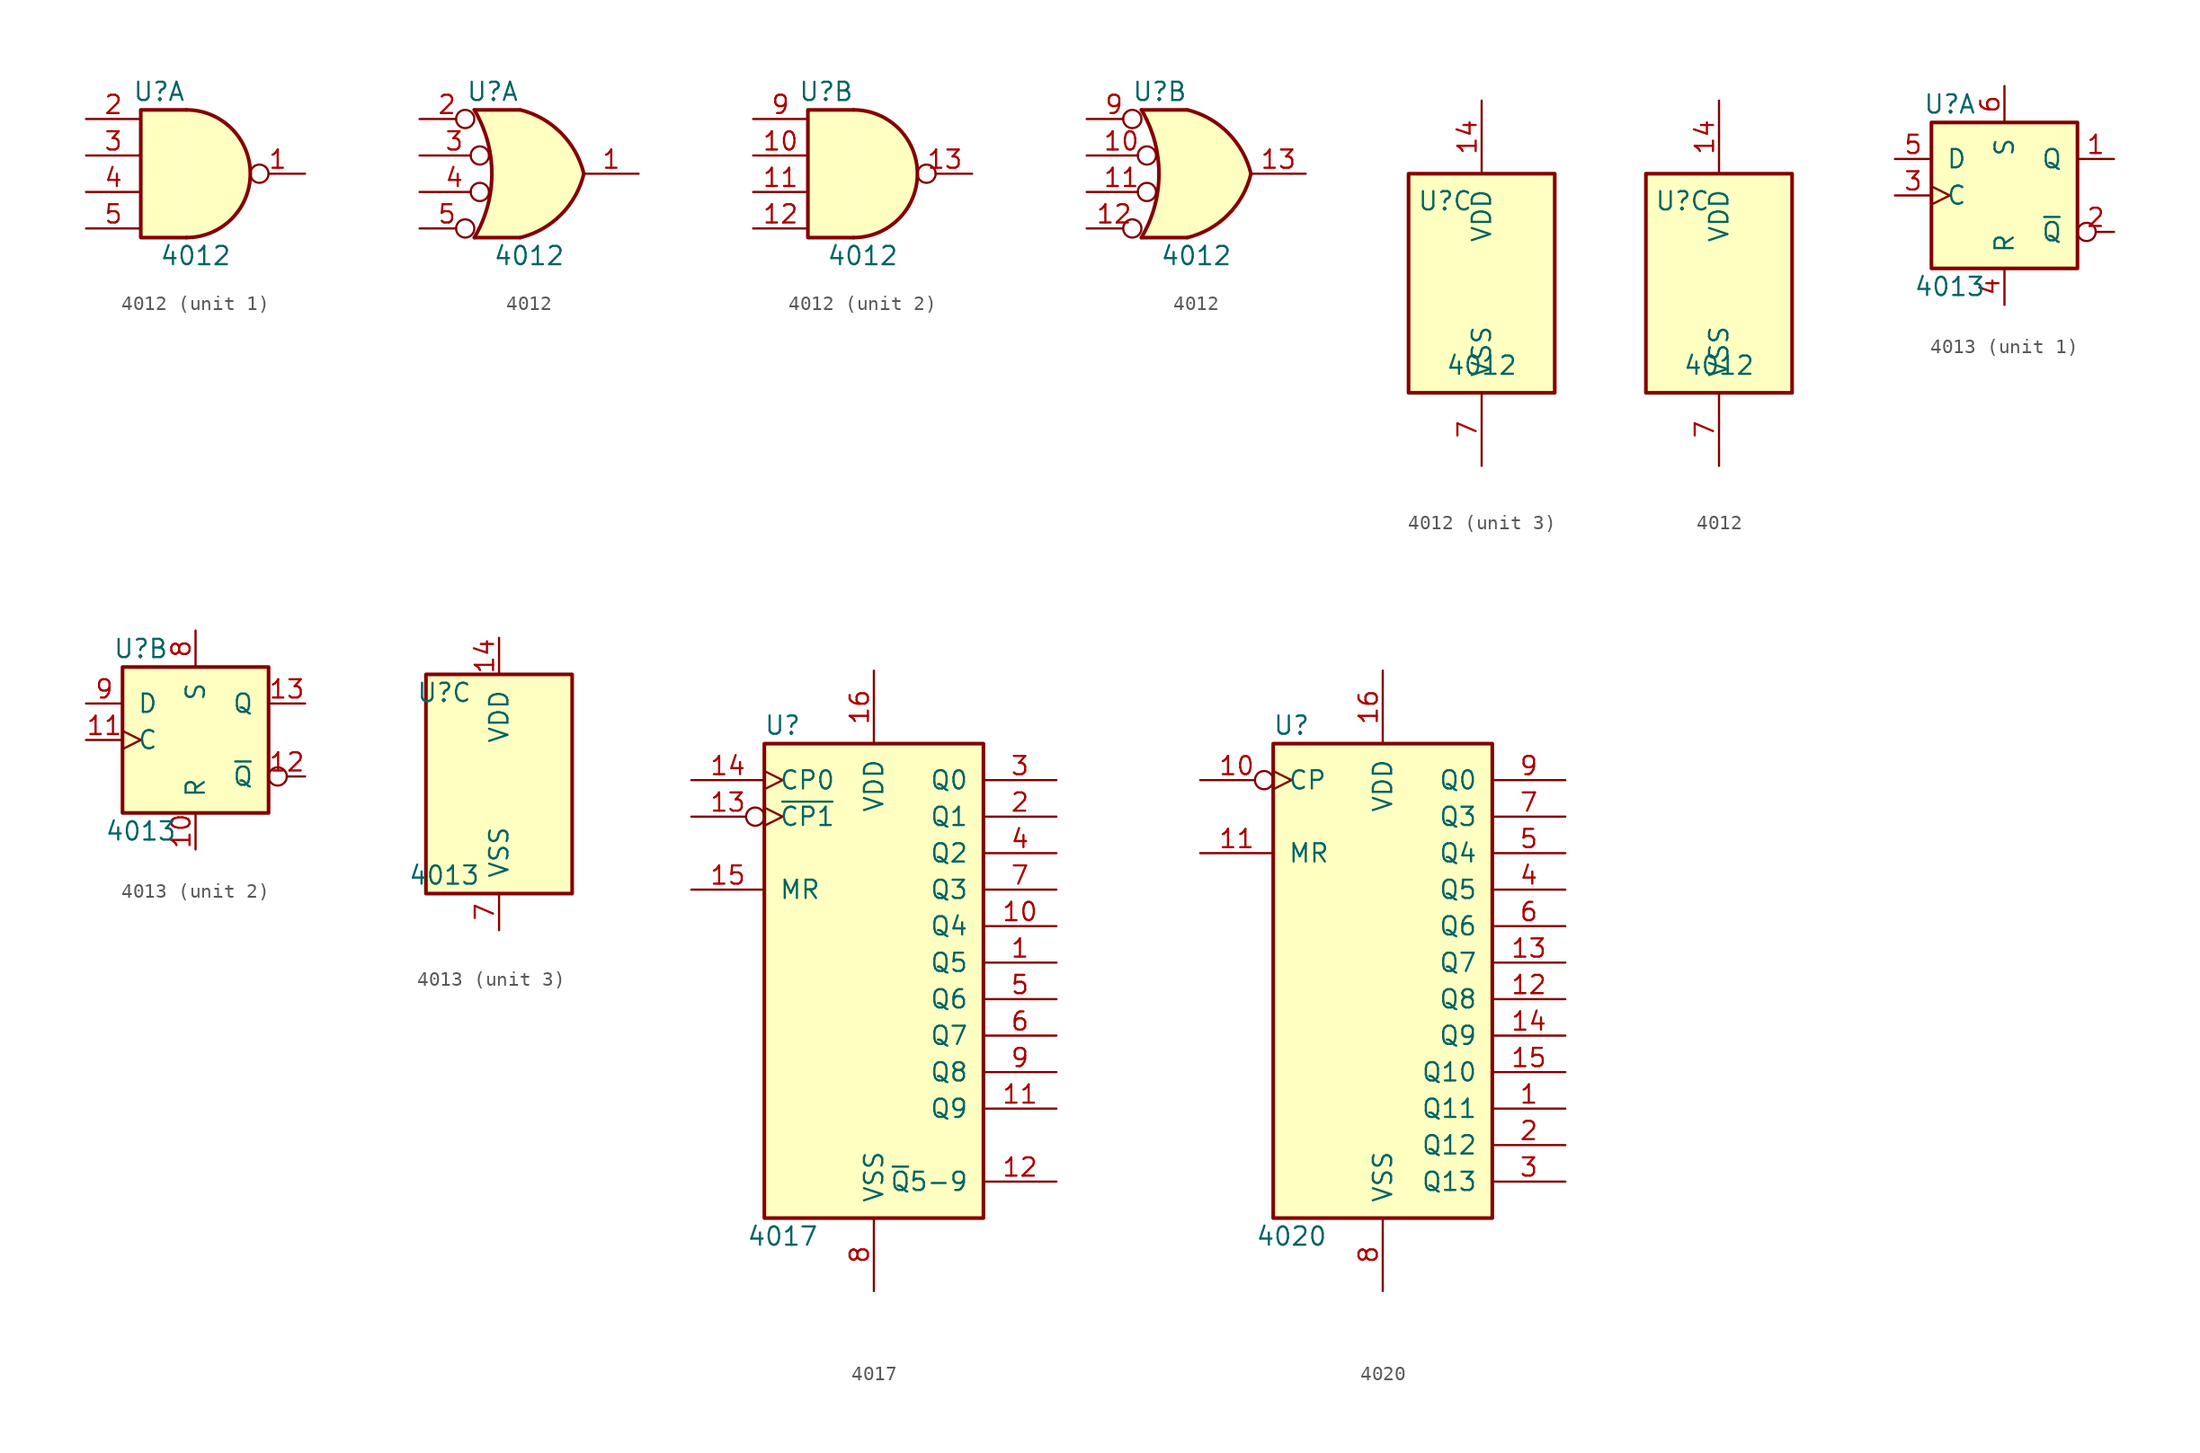
<source format=kicad_sym>
(kicad_symbol_lib
  (version 20211014)
  (generator kicad_symbol_editor)
  (symbol "4012"
    (pin_names
      (offset 1.016))
    (property "Reference" "U"
      (at -2.54 5.715 0)
      (effects (font (size 1.27 1.27))))
    (property "Value" "4012"
      (at 0 -5.715 0)
      (effects (font (size 1.27 1.27))))
    (property "ki_locked" ""
      (at 0 0 0)
      (effects (font (size 1.27 1.27))))
    (symbol "4012_1_1"
      (arc (start -0.635 -4.445) (mid 3.81 0) (end -0.635 4.445) (stroke (width 0.254) (type default) (color 0 0 0 0)) (fill (type background)))
      (polyline (pts (xy -0.635 4.445) (xy -3.81 4.445) (xy -3.81 -4.445) (xy -0.635 -4.445)) (stroke (width 0.254) (type default) (color 0 0 0 0)) (fill (type background)))
      (pin output inverted (at 7.62 0 180) (length 3.81) (name "~" (effects (font (size 1.27 1.27)))) (number "1" (effects (font (size 1.27 1.27)))))
      (pin input line (at -7.62 3.81 0) (length 3.81) (name "~" (effects (font (size 1.27 1.27)))) (number "2" (effects (font (size 1.27 1.27)))))
      (pin input line (at -7.62 1.27 0) (length 3.81) (name "~" (effects (font (size 1.27 1.27)))) (number "3" (effects (font (size 1.27 1.27)))))
      (pin input line (at -7.62 -1.27 0) (length 3.81) (name "~" (effects (font (size 1.27 1.27)))) (number "4" (effects (font (size 1.27 1.27)))))
      (pin input line (at -7.62 -3.81 0) (length 3.81) (name "~" (effects (font (size 1.27 1.27)))) (number "5" (effects (font (size 1.27 1.27))))))
    (symbol "4012_1_2"
      (arc (start -3.81 -4.445) (mid -2.5908 0) (end -3.81 4.445) (stroke (width 0.254) (type default) (color 0 0 0 0)) (fill (type none)))
      (arc (start -0.6096 -4.445) (mid 2.2246 -2.8422) (end 3.81 0) (stroke (width 0.254) (type default) (color 0 0 0 0)) (fill (type background)))
      (polyline (pts (xy -3.81 -4.445) (xy -0.635 -4.445)) (stroke (width 0.254) (type default) (color 0 0 0 0)) (fill (type background)))
      (polyline (pts (xy -3.81 4.445) (xy -0.635 4.445)) (stroke (width 0.254) (type default) (color 0 0 0 0)) (fill (type background)))
      (polyline (pts (xy -0.635 4.445) (xy -3.81 4.445) (xy -3.81 4.445) (xy -3.632 4.089) (xy -3.099 2.921) (xy -2.769 1.676) (xy -2.616 0.432) (xy -2.642 -0.864) (xy -2.87 -2.108) (xy -3.251 -3.327) (xy -3.81 -4.445) (xy -3.81 -4.445) (xy -0.635 -4.445)) (stroke (width -25.4) (type default) (color 0 0 0 0)) (fill (type background)))
      (arc (start 3.81 0) (mid 2.2204 2.8379) (end -0.6096 4.445) (stroke (width 0.254) (type default) (color 0 0 0 0)) (fill (type background)))
      (pin output line (at 7.62 0 180) (length 3.81) (name "~" (effects (font (size 1.27 1.27)))) (number "1" (effects (font (size 1.27 1.27)))))
      (pin input inverted (at -7.62 3.81 0) (length 3.81) (name "~" (effects (font (size 1.27 1.27)))) (number "2" (effects (font (size 1.27 1.27)))))
      (pin input inverted (at -7.62 1.27 0) (length 4.826) (name "~" (effects (font (size 1.27 1.27)))) (number "3" (effects (font (size 1.27 1.27)))))
      (pin input inverted (at -7.62 -1.27 0) (length 4.826) (name "~" (effects (font (size 1.27 1.27)))) (number "4" (effects (font (size 1.27 1.27)))))
      (pin input inverted (at -7.62 -3.81 0) (length 3.81) (name "~" (effects (font (size 1.27 1.27)))) (number "5" (effects (font (size 1.27 1.27))))))
    (symbol "4012_2_1"
      (arc (start -0.635 -4.445) (mid 3.81 0) (end -0.635 4.445) (stroke (width 0.254) (type default) (color 0 0 0 0)) (fill (type background)))
      (polyline (pts (xy -0.635 4.445) (xy -3.81 4.445) (xy -3.81 -4.445) (xy -0.635 -4.445)) (stroke (width 0.254) (type default) (color 0 0 0 0)) (fill (type background)))
      (pin input line (at -7.62 1.27 0) (length 3.81) (name "~" (effects (font (size 1.27 1.27)))) (number "10" (effects (font (size 1.27 1.27)))))
      (pin input line (at -7.62 -1.27 0) (length 3.81) (name "~" (effects (font (size 1.27 1.27)))) (number "11" (effects (font (size 1.27 1.27)))))
      (pin input line (at -7.62 -3.81 0) (length 3.81) (name "~" (effects (font (size 1.27 1.27)))) (number "12" (effects (font (size 1.27 1.27)))))
      (pin output inverted (at 7.62 0 180) (length 3.81) (name "~" (effects (font (size 1.27 1.27)))) (number "13" (effects (font (size 1.27 1.27)))))
      (pin input line (at -7.62 3.81 0) (length 3.81) (name "~" (effects (font (size 1.27 1.27)))) (number "9" (effects (font (size 1.27 1.27))))))
    (symbol "4012_2_2"
      (arc (start -3.81 -4.445) (mid -2.5908 0) (end -3.81 4.445) (stroke (width 0.254) (type default) (color 0 0 0 0)) (fill (type none)))
      (arc (start -0.6096 -4.445) (mid 2.2246 -2.8422) (end 3.81 0) (stroke (width 0.254) (type default) (color 0 0 0 0)) (fill (type background)))
      (polyline (pts (xy -3.81 -4.445) (xy -0.635 -4.445)) (stroke (width 0.254) (type default) (color 0 0 0 0)) (fill (type background)))
      (polyline (pts (xy -3.81 4.445) (xy -0.635 4.445)) (stroke (width 0.254) (type default) (color 0 0 0 0)) (fill (type background)))
      (polyline (pts (xy -0.635 4.445) (xy -3.81 4.445) (xy -3.81 4.445) (xy -3.632 4.089) (xy -3.099 2.921) (xy -2.769 1.676) (xy -2.616 0.432) (xy -2.642 -0.864) (xy -2.87 -2.108) (xy -3.251 -3.327) (xy -3.81 -4.445) (xy -3.81 -4.445) (xy -0.635 -4.445)) (stroke (width -25.4) (type default) (color 0 0 0 0)) (fill (type background)))
      (arc (start 3.81 0) (mid 2.2204 2.8379) (end -0.6096 4.445) (stroke (width 0.254) (type default) (color 0 0 0 0)) (fill (type background)))
      (pin input inverted (at -7.62 1.27 0) (length 4.826) (name "~" (effects (font (size 1.27 1.27)))) (number "10" (effects (font (size 1.27 1.27)))))
      (pin input inverted (at -7.62 -1.27 0) (length 4.826) (name "~" (effects (font (size 1.27 1.27)))) (number "11" (effects (font (size 1.27 1.27)))))
      (pin input inverted (at -7.62 -3.81 0) (length 3.81) (name "~" (effects (font (size 1.27 1.27)))) (number "12" (effects (font (size 1.27 1.27)))))
      (pin output line (at 7.62 0 180) (length 3.81) (name "~" (effects (font (size 1.27 1.27)))) (number "13" (effects (font (size 1.27 1.27)))))
      (pin input inverted (at -7.62 3.81 0) (length 3.81) (name "~" (effects (font (size 1.27 1.27)))) (number "9" (effects (font (size 1.27 1.27))))))
    (symbol "4012_3_0"
      (pin power_in line (at 0 12.7 270) (length 5.08) (name "VDD" (effects (font (size 1.27 1.27)))) (number "14" (effects (font (size 1.27 1.27)))))
      (pin power_in line (at 0 -12.7 90) (length 5.08) (name "VSS" (effects (font (size 1.27 1.27)))) (number "7" (effects (font (size 1.27 1.27))))))
    (symbol "4012_3_1"
      (rectangle (start -5.08 7.62) (end 5.08 -7.62) (stroke (width 0.254) (type default) (color 0 0 0 0)) (fill (type background))))
    (symbol "4012_3_2"
      (rectangle (start -5.08 7.62) (end 5.08 -7.62) (stroke (width 0.254) (type default) (color 0 0 0 0)) (fill (type background)))))
  (symbol "4013"
    (pin_names
      (offset 1.016))
    (property "Reference" "U"
      (at -3.81 6.35 0)
      (effects (font (size 1.27 1.27))))
    (property "Value" "4013"
      (at -3.81 -6.35 0)
      (effects (font (size 1.27 1.27))))
    (property "ki_locked" ""
      (at 0 0 0)
      (effects (font (size 1.27 1.27))))
    (symbol "4013_1_1"
      (rectangle (start -5.08 5.08) (end 5.08 -5.08) (stroke (width 0.254) (type default) (color 0 0 0 0)) (fill (type background)))
      (pin output line (at 7.62 2.54 180) (length 2.54) (name "Q" (effects (font (size 1.27 1.27)))) (number "1" (effects (font (size 1.27 1.27)))))
      (pin output inverted (at 7.62 -2.54 180) (length 2.54) (name "~{Q}" (effects (font (size 1.27 1.27)))) (number "2" (effects (font (size 1.27 1.27)))))
      (pin input clock (at -7.62 0 0) (length 2.54) (name "C" (effects (font (size 1.27 1.27)))) (number "3" (effects (font (size 1.27 1.27)))))
      (pin input line (at 0 -7.62 90) (length 2.54) (name "R" (effects (font (size 1.27 1.27)))) (number "4" (effects (font (size 1.27 1.27)))))
      (pin input line (at -7.62 2.54 0) (length 2.54) (name "D" (effects (font (size 1.27 1.27)))) (number "5" (effects (font (size 1.27 1.27)))))
      (pin input line (at 0 7.62 270) (length 2.54) (name "S" (effects (font (size 1.27 1.27)))) (number "6" (effects (font (size 1.27 1.27))))))
    (symbol "4013_2_1"
      (rectangle (start -5.08 5.08) (end 5.08 -5.08) (stroke (width 0.254) (type default) (color 0 0 0 0)) (fill (type background)))
      (pin input line (at 0 -7.62 90) (length 2.54) (name "R" (effects (font (size 1.27 1.27)))) (number "10" (effects (font (size 1.27 1.27)))))
      (pin input clock (at -7.62 0 0) (length 2.54) (name "C" (effects (font (size 1.27 1.27)))) (number "11" (effects (font (size 1.27 1.27)))))
      (pin output inverted (at 7.62 -2.54 180) (length 2.54) (name "~{Q}" (effects (font (size 1.27 1.27)))) (number "12" (effects (font (size 1.27 1.27)))))
      (pin output line (at 7.62 2.54 180) (length 2.54) (name "Q" (effects (font (size 1.27 1.27)))) (number "13" (effects (font (size 1.27 1.27)))))
      (pin input line (at 0 7.62 270) (length 2.54) (name "S" (effects (font (size 1.27 1.27)))) (number "8" (effects (font (size 1.27 1.27)))))
      (pin input line (at -7.62 2.54 0) (length 2.54) (name "D" (effects (font (size 1.27 1.27)))) (number "9" (effects (font (size 1.27 1.27))))))
    (symbol "4013_3_0"
      (pin power_in line (at 0 10.16 270) (length 2.54) (name "VDD" (effects (font (size 1.27 1.27)))) (number "14" (effects (font (size 1.27 1.27)))))
      (pin power_in line (at 0 -10.16 90) (length 2.54) (name "VSS" (effects (font (size 1.27 1.27)))) (number "7" (effects (font (size 1.27 1.27))))))
    (symbol "4013_3_1"
      (rectangle (start -5.08 7.62) (end 5.08 -7.62) (stroke (width 0.254) (type default) (color 0 0 0 0)) (fill (type background)))))
  (symbol "4017"
    (pin_names
      (offset 1.016))
    (property "Reference" "U"
      (at -6.35 16.51 0)
      (effects (font (size 1.27 1.27))))
    (property "Value" "4017"
      (at -6.35 -19.05 0)
      (effects (font (size 1.27 1.27))))
    (symbol "4017_1_0"
      (pin output line (at 12.7 0 180) (length 5.08) (name "Q5" (effects (font (size 1.27 1.27)))) (number "1" (effects (font (size 1.27 1.27)))))
      (pin output line (at 12.7 2.54 180) (length 5.08) (name "Q4" (effects (font (size 1.27 1.27)))) (number "10" (effects (font (size 1.27 1.27)))))
      (pin output line (at 12.7 -10.16 180) (length 5.08) (name "Q9" (effects (font (size 1.27 1.27)))) (number "11" (effects (font (size 1.27 1.27)))))
      (pin output line (at 12.7 -15.24 180) (length 5.08) (name "~{Q}5-9" (effects (font (size 1.27 1.27)))) (number "12" (effects (font (size 1.27 1.27)))))
      (pin input inverted_clock (at -12.7 10.16 0) (length 5.08) (name "~{CP1}" (effects (font (size 1.27 1.27)))) (number "13" (effects (font (size 1.27 1.27)))))
      (pin input clock (at -12.7 12.7 0) (length 5.08) (name "CP0" (effects (font (size 1.27 1.27)))) (number "14" (effects (font (size 1.27 1.27)))))
      (pin input line (at -12.7 5.08 0) (length 5.08) (name "MR" (effects (font (size 1.27 1.27)))) (number "15" (effects (font (size 1.27 1.27)))))
      (pin power_in line (at 0 20.32 270) (length 5.08) (name "VDD" (effects (font (size 1.27 1.27)))) (number "16" (effects (font (size 1.27 1.27)))))
      (pin output line (at 12.7 10.16 180) (length 5.08) (name "Q1" (effects (font (size 1.27 1.27)))) (number "2" (effects (font (size 1.27 1.27)))))
      (pin output line (at 12.7 12.7 180) (length 5.08) (name "Q0" (effects (font (size 1.27 1.27)))) (number "3" (effects (font (size 1.27 1.27)))))
      (pin output line (at 12.7 7.62 180) (length 5.08) (name "Q2" (effects (font (size 1.27 1.27)))) (number "4" (effects (font (size 1.27 1.27)))))
      (pin output line (at 12.7 -2.54 180) (length 5.08) (name "Q6" (effects (font (size 1.27 1.27)))) (number "5" (effects (font (size 1.27 1.27)))))
      (pin output line (at 12.7 -5.08 180) (length 5.08) (name "Q7" (effects (font (size 1.27 1.27)))) (number "6" (effects (font (size 1.27 1.27)))))
      (pin output line (at 12.7 5.08 180) (length 5.08) (name "Q3" (effects (font (size 1.27 1.27)))) (number "7" (effects (font (size 1.27 1.27)))))
      (pin power_in line (at 0 -22.86 90) (length 5.08) (name "VSS" (effects (font (size 1.27 1.27)))) (number "8" (effects (font (size 1.27 1.27)))))
      (pin output line (at 12.7 -7.62 180) (length 5.08) (name "Q8" (effects (font (size 1.27 1.27)))) (number "9" (effects (font (size 1.27 1.27))))))
    (symbol "4017_1_1"
      (rectangle (start -7.62 15.24) (end 7.62 -17.78) (stroke (width 0.254) (type default) (color 0 0 0 0)) (fill (type background)))))
  (symbol "4020"
    (pin_names
      (offset 1.016))
    (property "Reference" "U"
      (at -6.35 17.78 0)
      (effects (font (size 1.27 1.27))))
    (property "Value" "4020"
      (at -6.35 -17.78 0)
      (effects (font (size 1.27 1.27))))
    (symbol "4020_1_0"
      (pin output line (at 12.7 -8.89 180) (length 5.08) (name "Q11" (effects (font (size 1.27 1.27)))) (number "1" (effects (font (size 1.27 1.27)))))
      (pin input inverted_clock (at -12.7 13.97 0) (length 5.08) (name "CP" (effects (font (size 1.27 1.27)))) (number "10" (effects (font (size 1.27 1.27)))))
      (pin input line (at -12.7 8.89 0) (length 5.08) (name "MR" (effects (font (size 1.27 1.27)))) (number "11" (effects (font (size 1.27 1.27)))))
      (pin output line (at 12.7 -1.27 180) (length 5.08) (name "Q8" (effects (font (size 1.27 1.27)))) (number "12" (effects (font (size 1.27 1.27)))))
      (pin output line (at 12.7 1.27 180) (length 5.08) (name "Q7" (effects (font (size 1.27 1.27)))) (number "13" (effects (font (size 1.27 1.27)))))
      (pin output line (at 12.7 -3.81 180) (length 5.08) (name "Q9" (effects (font (size 1.27 1.27)))) (number "14" (effects (font (size 1.27 1.27)))))
      (pin output line (at 12.7 -6.35 180) (length 5.08) (name "Q10" (effects (font (size 1.27 1.27)))) (number "15" (effects (font (size 1.27 1.27)))))
      (pin power_in line (at 0 21.59 270) (length 5.08) (name "VDD" (effects (font (size 1.27 1.27)))) (number "16" (effects (font (size 1.27 1.27)))))
      (pin output line (at 12.7 -11.43 180) (length 5.08) (name "Q12" (effects (font (size 1.27 1.27)))) (number "2" (effects (font (size 1.27 1.27)))))
      (pin output line (at 12.7 -13.97 180) (length 5.08) (name "Q13" (effects (font (size 1.27 1.27)))) (number "3" (effects (font (size 1.27 1.27)))))
      (pin output line (at 12.7 6.35 180) (length 5.08) (name "Q5" (effects (font (size 1.27 1.27)))) (number "4" (effects (font (size 1.27 1.27)))))
      (pin output line (at 12.7 8.89 180) (length 5.08) (name "Q4" (effects (font (size 1.27 1.27)))) (number "5" (effects (font (size 1.27 1.27)))))
      (pin output line (at 12.7 3.81 180) (length 5.08) (name "Q6" (effects (font (size 1.27 1.27)))) (number "6" (effects (font (size 1.27 1.27)))))
      (pin output line (at 12.7 11.43 180) (length 5.08) (name "Q3" (effects (font (size 1.27 1.27)))) (number "7" (effects (font (size 1.27 1.27)))))
      (pin power_in line (at 0 -21.59 90) (length 5.08) (name "VSS" (effects (font (size 1.27 1.27)))) (number "8" (effects (font (size 1.27 1.27)))))
      (pin output line (at 12.7 13.97 180) (length 5.08) (name "Q0" (effects (font (size 1.27 1.27)))) (number "9" (effects (font (size 1.27 1.27))))))
    (symbol "4020_1_1"
      (rectangle (start -7.62 16.51) (end 7.62 -16.51) (stroke (width 0.254) (type default) (color 0 0 0 0)) (fill (type background))))))
</source>
